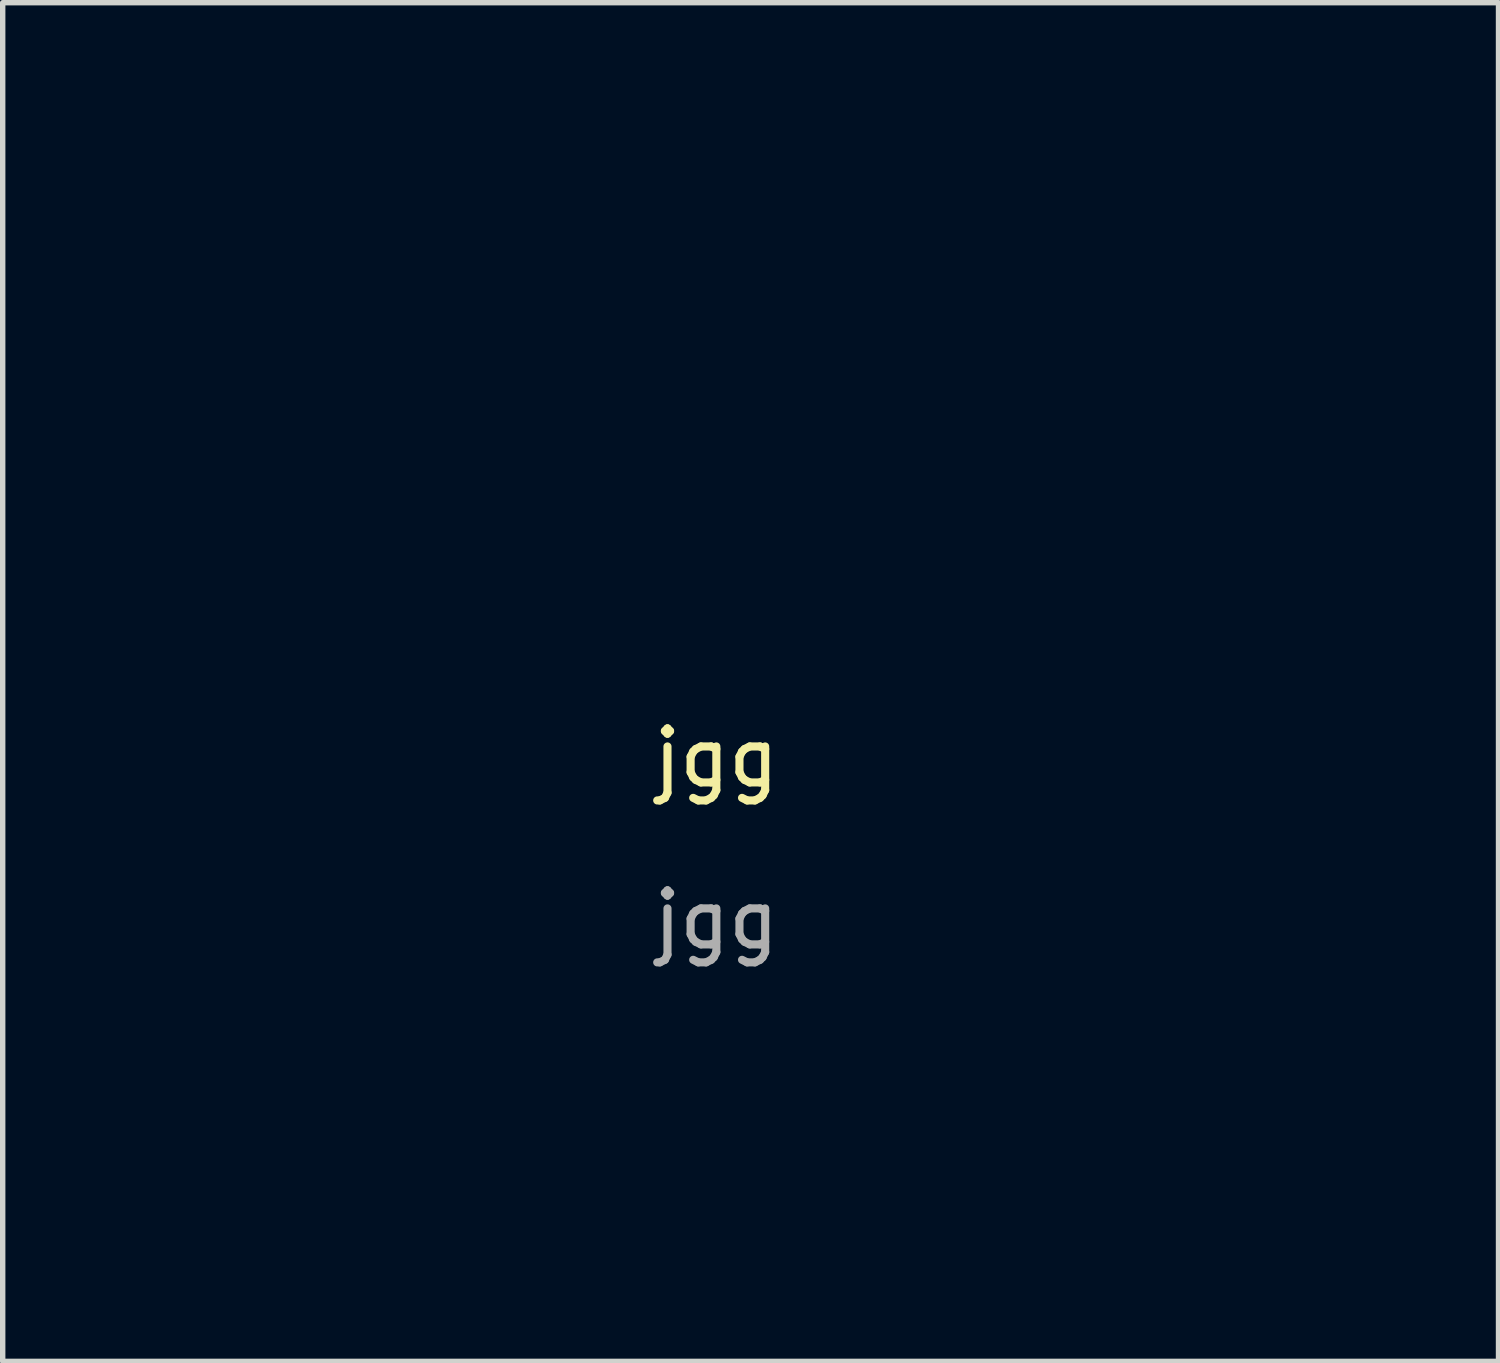
<source format=kicad_pcb>
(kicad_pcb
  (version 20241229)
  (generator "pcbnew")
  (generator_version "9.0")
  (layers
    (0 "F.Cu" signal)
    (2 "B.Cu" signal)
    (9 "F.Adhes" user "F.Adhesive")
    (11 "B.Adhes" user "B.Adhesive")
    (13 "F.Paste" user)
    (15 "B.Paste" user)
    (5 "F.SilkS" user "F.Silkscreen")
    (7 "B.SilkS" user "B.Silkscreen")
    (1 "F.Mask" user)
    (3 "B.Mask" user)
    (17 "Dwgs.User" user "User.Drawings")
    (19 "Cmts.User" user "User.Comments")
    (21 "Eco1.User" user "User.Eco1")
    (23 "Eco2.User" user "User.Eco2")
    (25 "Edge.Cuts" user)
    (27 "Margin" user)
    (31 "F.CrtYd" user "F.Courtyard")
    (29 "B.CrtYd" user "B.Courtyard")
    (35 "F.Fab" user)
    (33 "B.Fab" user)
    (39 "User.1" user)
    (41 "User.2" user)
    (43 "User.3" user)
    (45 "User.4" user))
  (footprint "jgg"
    (layer "F.Cu")
    (at 10.22 11.49)
    (property "Reference" "jgg" (at 0 -0.5 0) (unlocked yes) (layer "F.SilkS") (effects (font (size 1 1) (thickness 0.15))))
    (attr through_hole)
    (fp_rect (start 11.43 7.62) (end -10.16 -11.43) (stroke (width 0.12) (type solid)) (fill no) (layer "Margin"))
    (fp_text user "${REFERENCE}" (at 0 2.5 0) (unlocked yes) (layer "F.Fab") (effects (font (size 1 1) (thickness 0.15)))))
  (gr_rect
    (start -3 -3)
    (end 24.71 22.17)
    (stroke (width 0.1) (type default))
    (fill no)
    (layer "Edge.Cuts")))
</source>
